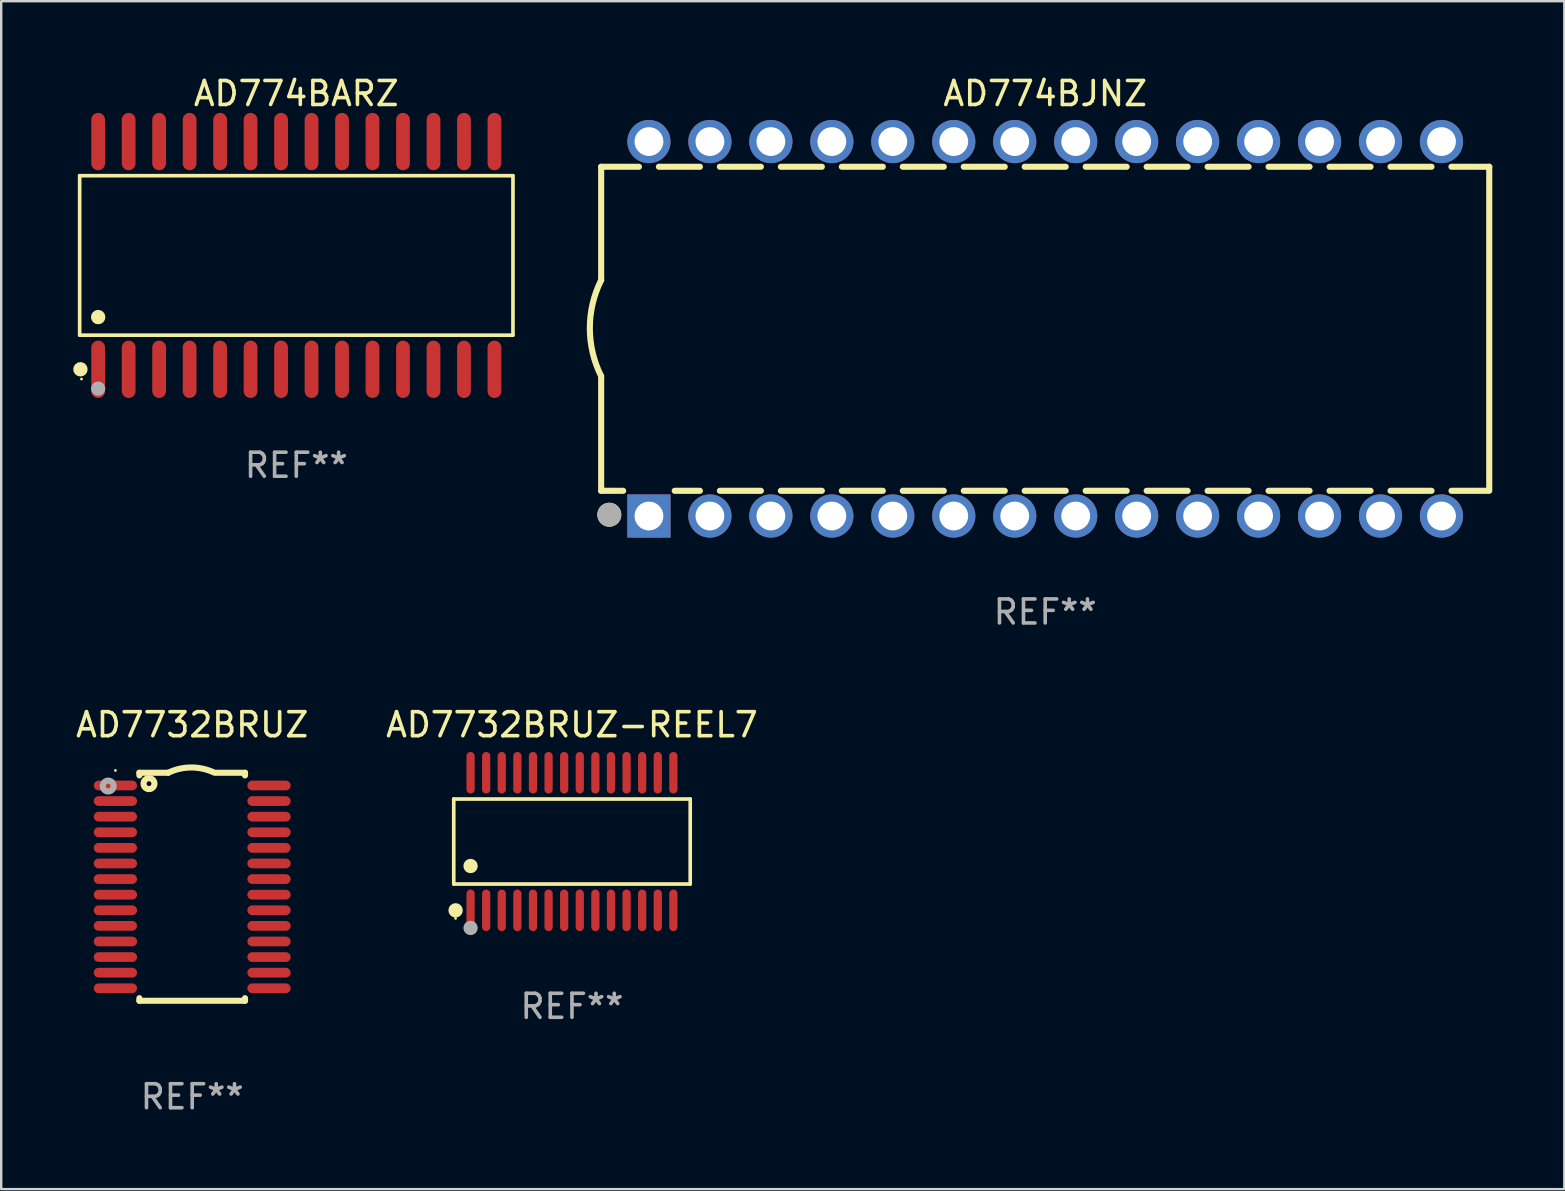
<source format=kicad_pcb>
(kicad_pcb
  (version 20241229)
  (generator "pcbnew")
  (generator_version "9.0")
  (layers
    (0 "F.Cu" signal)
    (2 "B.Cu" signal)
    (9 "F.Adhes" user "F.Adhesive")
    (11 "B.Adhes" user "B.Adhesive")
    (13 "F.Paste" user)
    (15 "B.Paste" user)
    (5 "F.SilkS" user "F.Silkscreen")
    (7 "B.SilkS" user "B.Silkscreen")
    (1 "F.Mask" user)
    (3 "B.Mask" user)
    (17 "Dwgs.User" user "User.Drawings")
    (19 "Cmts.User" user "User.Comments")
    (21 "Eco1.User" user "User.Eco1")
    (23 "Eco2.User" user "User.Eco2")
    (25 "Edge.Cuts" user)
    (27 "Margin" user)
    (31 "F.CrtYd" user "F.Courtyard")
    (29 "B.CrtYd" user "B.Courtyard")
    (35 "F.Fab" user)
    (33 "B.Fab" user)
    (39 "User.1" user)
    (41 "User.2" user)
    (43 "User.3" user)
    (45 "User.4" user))
  (footprint "AD774BJNZ"
    (layer "F.Cu")
    (at 40.496 10.648)
    (property "Reference" "AD774BJNZ" (at 0 -9.8 0) (layer "F.SilkS") (effects (font (size 1 1) (thickness 0.15))))
    (attr through_hole)
    (fp_line (start -18.5 -6.75) (end -18.5 -2.026) (stroke (width 0.254) (type solid)) (layer "F.SilkS"))
    (fp_line (start -18.5 -6.75) (end -16.926 -6.75) (stroke (width 0.254) (type solid)) (layer "F.SilkS"))
    (fp_line (start -18.5 6.75) (end -18.5 1.974) (stroke (width 0.254) (type solid)) (layer "F.SilkS"))
    (fp_line (start -18.5 6.75) (end -17.584 6.75) (stroke (width 0.254) (type solid)) (layer "F.SilkS"))
    (fp_line (start -16.094 -6.75) (end -14.386 -6.75) (stroke (width 0.254) (type solid)) (layer "F.SilkS"))
    (fp_line (start -15.436 6.75) (end -14.386 6.75) (stroke (width 0.254) (type solid)) (layer "F.SilkS"))
    (fp_line (start -13.554 -6.75) (end -11.846 -6.75) (stroke (width 0.254) (type solid)) (layer "F.SilkS"))
    (fp_line (start -13.554 6.75) (end -11.846 6.75) (stroke (width 0.254) (type solid)) (layer "F.SilkS"))
    (fp_line (start -11.014 -6.75) (end -9.306 -6.75) (stroke (width 0.254) (type solid)) (layer "F.SilkS"))
    (fp_line (start -11.014 6.75) (end -9.306 6.75) (stroke (width 0.254) (type solid)) (layer "F.SilkS"))
    (fp_line (start -8.474 -6.75) (end -6.766 -6.75) (stroke (width 0.254) (type solid)) (layer "F.SilkS"))
    (fp_line (start -8.474 6.75) (end -6.766 6.75) (stroke (width 0.254) (type solid)) (layer "F.SilkS"))
    (fp_line (start -5.934 -6.75) (end -4.226 -6.75) (stroke (width 0.254) (type solid)) (layer "F.SilkS"))
    (fp_line (start -5.934 6.75) (end -4.226 6.75) (stroke (width 0.254) (type solid)) (layer "F.SilkS"))
    (fp_line (start -3.394 -6.75) (end -1.686 -6.75) (stroke (width 0.254) (type solid)) (layer "F.SilkS"))
    (fp_line (start -3.394 6.75) (end -1.686 6.75) (stroke (width 0.254) (type solid)) (layer "F.SilkS"))
    (fp_line (start -0.854 -6.75) (end 0.854 -6.75) (stroke (width 0.254) (type solid)) (layer "F.SilkS"))
    (fp_line (start -0.854 6.75) (end 0.854 6.75) (stroke (width 0.254) (type solid)) (layer "F.SilkS"))
    (fp_line (start 1.686 -6.75) (end 3.394 -6.75) (stroke (width 0.254) (type solid)) (layer "F.SilkS"))
    (fp_line (start 1.686 6.75) (end 3.394 6.75) (stroke (width 0.254) (type solid)) (layer "F.SilkS"))
    (fp_line (start 4.226 -6.75) (end 5.934 -6.75) (stroke (width 0.254) (type solid)) (layer "F.SilkS"))
    (fp_line (start 4.226 6.75) (end 5.934 6.75) (stroke (width 0.254) (type solid)) (layer "F.SilkS"))
    (fp_line (start 6.766 -6.75) (end 8.474 -6.75) (stroke (width 0.254) (type solid)) (layer "F.SilkS"))
    (fp_line (start 6.766 6.75) (end 8.474 6.75) (stroke (width 0.254) (type solid)) (layer "F.SilkS"))
    (fp_line (start 9.306 -6.75) (end 11.014 -6.75) (stroke (width 0.254) (type solid)) (layer "F.SilkS"))
    (fp_line (start 9.306 6.75) (end 11.014 6.75) (stroke (width 0.254) (type solid)) (layer "F.SilkS"))
    (fp_line (start 11.846 -6.75) (end 13.554 -6.75) (stroke (width 0.254) (type solid)) (layer "F.SilkS"))
    (fp_line (start 11.846 6.75) (end 13.554 6.75) (stroke (width 0.254) (type solid)) (layer "F.SilkS"))
    (fp_line (start 14.386 -6.75) (end 16.094 -6.75) (stroke (width 0.254) (type solid)) (layer "F.SilkS"))
    (fp_line (start 14.386 6.75) (end 16.094 6.75) (stroke (width 0.254) (type solid)) (layer "F.SilkS"))
    (fp_line (start 16.926 -6.75) (end 18.5 -6.75) (stroke (width 0.254) (type solid)) (layer "F.SilkS"))
    (fp_line (start 16.926 6.75) (end 18.415 6.75) (stroke (width 0.254) (type solid)) (layer "F.SilkS"))
    (fp_line (start 18.5 6.75) (end 18.5 -6.75) (stroke (width 0.254) (type solid)) (layer "F.SilkS"))
    (fp_arc (start -18.500051 1.974384) (mid -18.972187 -0.025616) (end -18.500051 -2.025616) (stroke (width 0.254001) (type solid)) (layer "F.SilkS"))
    (fp_circle (center -18.5 7.8) (end -18.47 7.8) (stroke (width 0.06) (type solid)) (fill no) (layer "F.SilkS"))
    (fp_circle (center -18.161 7.747) (end -17.911 7.747) (stroke (width 0.5) (type solid)) (fill no) (layer "F.SilkS"))
    (fp_circle (center -18.161 7.747) (end -17.911 7.747) (stroke (width 0.5) (type solid)) (fill no) (layer "F.Fab"))
    (fp_text user "REF**" (at 0 11.8 0) (layer "F.Fab") (effects (font (size 1 1) (thickness 0.15))))
    (pad "1" thru_hole rect (at -16.51 7.8) (size 1.8 1.8) (drill 1.2) (layers "*.Cu" "*.Mask"))
    (pad "2" thru_hole circle (at -13.97 7.8) (size 1.8 1.8) (drill 1.2) (layers "*.Cu" "*.Mask"))
    (pad "3" thru_hole circle (at -11.43 7.8) (size 1.8 1.8) (drill 1.2) (layers "*.Cu" "*.Mask"))
    (pad "4" thru_hole circle (at -8.89 7.8) (size 1.8 1.8) (drill 1.2) (layers "*.Cu" "*.Mask"))
    (pad "5" thru_hole circle (at -6.35 7.8) (size 1.8 1.8) (drill 1.2) (layers "*.Cu" "*.Mask"))
    (pad "6" thru_hole circle (at -3.81 7.8) (size 1.8 1.8) (drill 1.2) (layers "*.Cu" "*.Mask"))
    (pad "7" thru_hole circle (at -1.27 7.8) (size 1.8 1.8) (drill 1.2) (layers "*.Cu" "*.Mask"))
    (pad "8" thru_hole circle (at 1.27 7.8) (size 1.8 1.8) (drill 1.2) (layers "*.Cu" "*.Mask"))
    (pad "9" thru_hole circle (at 3.81 7.8) (size 1.8 1.8) (drill 1.2) (layers "*.Cu" "*.Mask"))
    (pad "10" thru_hole circle (at 6.35 7.8) (size 1.8 1.8) (drill 1.2) (layers "*.Cu" "*.Mask"))
    (pad "11" thru_hole circle (at 8.89 7.8) (size 1.8 1.8) (drill 1.2) (layers "*.Cu" "*.Mask"))
    (pad "12" thru_hole circle (at 11.43 7.8) (size 1.8 1.8) (drill 1.2) (layers "*.Cu" "*.Mask"))
    (pad "13" thru_hole circle (at 13.97 7.8) (size 1.8 1.8) (drill 1.2) (layers "*.Cu" "*.Mask"))
    (pad "14" thru_hole circle (at 16.51 7.8) (size 1.8 1.8) (drill 1.2) (layers "*.Cu" "*.Mask"))
    (pad "15" thru_hole circle (at 16.51 -7.8) (size 1.8 1.8) (drill 1.2) (layers "*.Cu" "*.Mask"))
    (pad "16" thru_hole circle (at 13.97 -7.8) (size 1.8 1.8) (drill 1.2) (layers "*.Cu" "*.Mask"))
    (pad "17" thru_hole circle (at 11.43 -7.8) (size 1.8 1.8) (drill 1.2) (layers "*.Cu" "*.Mask"))
    (pad "18" thru_hole circle (at 8.89 -7.8) (size 1.8 1.8) (drill 1.2) (layers "*.Cu" "*.Mask"))
    (pad "19" thru_hole circle (at 6.35 -7.8) (size 1.8 1.8) (drill 1.2) (layers "*.Cu" "*.Mask"))
    (pad "20" thru_hole circle (at 3.81 -7.8) (size 1.8 1.8) (drill 1.2) (layers "*.Cu" "*.Mask"))
    (pad "21" thru_hole circle (at 1.27 -7.8) (size 1.8 1.8) (drill 1.2) (layers "*.Cu" "*.Mask"))
    (pad "22" thru_hole circle (at -1.27 -7.8) (size 1.8 1.8) (drill 1.2) (layers "*.Cu" "*.Mask"))
    (pad "23" thru_hole circle (at -3.81 -7.8) (size 1.8 1.8) (drill 1.2) (layers "*.Cu" "*.Mask"))
    (pad "24" thru_hole circle (at -6.35 -7.8) (size 1.8 1.8) (drill 1.2) (layers "*.Cu" "*.Mask"))
    (pad "25" thru_hole circle (at -8.89 -7.8) (size 1.8 1.8) (drill 1.2) (layers "*.Cu" "*.Mask"))
    (pad "26" thru_hole circle (at -11.43 -7.8) (size 1.8 1.8) (drill 1.2) (layers "*.Cu" "*.Mask"))
    (pad "27" thru_hole circle (at -13.97 -7.8) (size 1.8 1.8) (drill 1.2) (layers "*.Cu" "*.Mask"))
    (pad "28" thru_hole circle (at -16.51 -7.8) (size 1.8 1.8) (drill 1.2) (layers "*.Cu" "*.Mask")))
  (footprint "AD774BARZ"
    (layer "F.Cu")
    (at 9.295 7.592)
    (property "Reference" "AD774BARZ" (at 0 -6.744 0) (layer "F.SilkS") (effects (font (size 1 1) (thickness 0.15))))
    (attr through_hole)
    (fp_line (start -9.026 -3.321) (end 9.026 -3.321) (stroke (width 0.152) (type solid)) (layer "F.SilkS"))
    (fp_line (start -9.026 3.321) (end -9.026 -3.321) (stroke (width 0.152) (type solid)) (layer "F.SilkS"))
    (fp_line (start 9.026 -3.321) (end 9.026 3.321) (stroke (width 0.152) (type solid)) (layer "F.SilkS"))
    (fp_line (start 9.026 3.321) (end -9.026 3.321) (stroke (width 0.152) (type solid)) (layer "F.SilkS"))
    (fp_circle (center -8.994 4.744) (end -8.844 4.744) (stroke (width 0.3) (type solid)) (fill no) (layer "F.SilkS"))
    (fp_circle (center -8.95 5.15) (end -8.92 5.15) (stroke (width 0.06) (type solid)) (fill no) (layer "F.SilkS"))
    (fp_circle (center -8.255 2.569) (end -8.105 2.569) (stroke (width 0.3) (type solid)) (fill no) (layer "F.SilkS"))
    (fp_circle (center -8.255 5.55) (end -8.105 5.55) (stroke (width 0.3) (type solid)) (fill no) (layer "F.Fab"))
    (fp_text user "REF**" (at 0 8.744 0) (layer "F.Fab") (effects (font (size 1 1) (thickness 0.15))))
    (pad "1" smd oval (at -8.255 4.744) (size 0.574 2.388) (layers "F.Cu" "F.Mask" "F.Paste"))
    (pad "2" smd oval (at -6.985 4.744) (size 0.574 2.388) (layers "F.Cu" "F.Mask" "F.Paste"))
    (pad "3" smd oval (at -5.715 4.744) (size 0.574 2.388) (layers "F.Cu" "F.Mask" "F.Paste"))
    (pad "4" smd oval (at -4.445 4.744) (size 0.574 2.388) (layers "F.Cu" "F.Mask" "F.Paste"))
    (pad "5" smd oval (at -3.175 4.744) (size 0.574 2.388) (layers "F.Cu" "F.Mask" "F.Paste"))
    (pad "6" smd oval (at -1.905 4.744) (size 0.574 2.388) (layers "F.Cu" "F.Mask" "F.Paste"))
    (pad "7" smd oval (at -0.635 4.744) (size 0.574 2.388) (layers "F.Cu" "F.Mask" "F.Paste"))
    (pad "8" smd oval (at 0.635 4.744) (size 0.574 2.388) (layers "F.Cu" "F.Mask" "F.Paste"))
    (pad "9" smd oval (at 1.905 4.744) (size 0.574 2.388) (layers "F.Cu" "F.Mask" "F.Paste"))
    (pad "10" smd oval (at 3.175 4.744) (size 0.574 2.388) (layers "F.Cu" "F.Mask" "F.Paste"))
    (pad "11" smd oval (at 4.445 4.744) (size 0.574 2.388) (layers "F.Cu" "F.Mask" "F.Paste"))
    (pad "12" smd oval (at 5.715 4.744) (size 0.574 2.388) (layers "F.Cu" "F.Mask" "F.Paste"))
    (pad "13" smd oval (at 6.985 4.744) (size 0.574 2.388) (layers "F.Cu" "F.Mask" "F.Paste"))
    (pad "14" smd oval (at 8.255 4.744) (size 0.574 2.388) (layers "F.Cu" "F.Mask" "F.Paste"))
    (pad "15" smd oval (at 8.255 -4.744) (size 0.574 2.388) (layers "F.Cu" "F.Mask" "F.Paste"))
    (pad "16" smd oval (at 6.985 -4.744) (size 0.574 2.388) (layers "F.Cu" "F.Mask" "F.Paste"))
    (pad "17" smd oval (at 5.715 -4.744) (size 0.574 2.388) (layers "F.Cu" "F.Mask" "F.Paste"))
    (pad "18" smd oval (at 4.445 -4.744) (size 0.574 2.388) (layers "F.Cu" "F.Mask" "F.Paste"))
    (pad "19" smd oval (at 3.175 -4.744) (size 0.574 2.388) (layers "F.Cu" "F.Mask" "F.Paste"))
    (pad "20" smd oval (at 1.905 -4.744) (size 0.574 2.388) (layers "F.Cu" "F.Mask" "F.Paste"))
    (pad "21" smd oval (at 0.635 -4.744) (size 0.574 2.388) (layers "F.Cu" "F.Mask" "F.Paste"))
    (pad "22" smd oval (at -0.635 -4.744) (size 0.574 2.388) (layers "F.Cu" "F.Mask" "F.Paste"))
    (pad "23" smd oval (at -1.905 -4.744) (size 0.574 2.388) (layers "F.Cu" "F.Mask" "F.Paste"))
    (pad "24" smd oval (at -3.175 -4.744) (size 0.574 2.388) (layers "F.Cu" "F.Mask" "F.Paste"))
    (pad "25" smd oval (at -4.445 -4.744) (size 0.574 2.388) (layers "F.Cu" "F.Mask" "F.Paste"))
    (pad "26" smd oval (at -5.715 -4.744) (size 0.574 2.388) (layers "F.Cu" "F.Mask" "F.Paste"))
    (pad "27" smd oval (at -6.985 -4.744) (size 0.574 2.388) (layers "F.Cu" "F.Mask" "F.Paste"))
    (pad "28" smd oval (at -8.255 -4.744) (size 0.574 2.388) (layers "F.Cu" "F.Mask" "F.Paste")))
  (footprint "AD7732BRUZ"
    (layer "F.Cu")
    (at 4.958 33.895)
    (property "Reference" "AD7732BRUZ" (at 0 -6.75 0) (layer "F.SilkS") (effects (font (size 1 1) (thickness 0.15))))
    (attr through_hole)
    (fp_line (start -2.2 -4.75) (end -2.2 -4.641) (stroke (width 0.254) (type solid)) (layer "F.SilkS"))
    (fp_line (start -2.2 -4.75) (end -1 -4.75) (stroke (width 0.254) (type solid)) (layer "F.SilkS"))
    (fp_line (start -2.2 4.641) (end -2.2 4.75) (stroke (width 0.254) (type solid)) (layer "F.SilkS"))
    (fp_line (start -2.2 4.75) (end 2.2 4.75) (stroke (width 0.254) (type solid)) (layer "F.SilkS"))
    (fp_line (start 2.2 -4.75) (end 1 -4.75) (stroke (width 0.254) (type solid)) (layer "F.SilkS"))
    (fp_line (start 2.2 -4.75) (end 2.2 -4.641) (stroke (width 0.254) (type solid)) (layer "F.SilkS"))
    (fp_line (start 2.2 4.641) (end 2.2 4.75) (stroke (width 0.254) (type solid)) (layer "F.SilkS"))
    (fp_arc (start -1.000025 -4.750013) (mid -0.040073 -4.969719) (end 0.920777 -4.753975) (stroke (width 0.254001) (type solid)) (layer "F.SilkS"))
    (fp_circle (center -3.2 -4.846) (end -3.17 -4.846) (stroke (width 0.06) (type solid)) (fill no) (layer "F.SilkS"))
    (fp_circle (center -1.8 -4.296) (end -1.7 -4.296) (stroke (width 0.254) (type solid)) (fill no) (layer "F.SilkS"))
    (fp_circle (center -3.5 -4.196) (end -3.4 -4.196) (stroke (width 0.254) (type solid)) (fill no) (layer "F.Fab"))
    (fp_text user "REF**" (at 0 8.75 0) (layer "F.Fab") (effects (font (size 1 1) (thickness 0.15))))
    (pad "1" smd oval (at -3.2 -4.221) (size 1.803 0.406) (layers "F.Cu" "F.Mask" "F.Paste"))
    (pad "2" smd oval (at -3.2 -3.571) (size 1.803 0.406) (layers "F.Cu" "F.Mask" "F.Paste"))
    (pad "3" smd oval (at -3.2 -2.921) (size 1.803 0.406) (layers "F.Cu" "F.Mask" "F.Paste"))
    (pad "4" smd oval (at -3.2 -2.271) (size 1.803 0.406) (layers "F.Cu" "F.Mask" "F.Paste"))
    (pad "5" smd oval (at -3.2 -1.621) (size 1.803 0.406) (layers "F.Cu" "F.Mask" "F.Paste"))
    (pad "6" smd oval (at -3.2 -0.971) (size 1.803 0.406) (layers "F.Cu" "F.Mask" "F.Paste"))
    (pad "7" smd oval (at -3.2 -0.321) (size 1.803 0.406) (layers "F.Cu" "F.Mask" "F.Paste"))
    (pad "8" smd oval (at -3.2 0.329) (size 1.803 0.406) (layers "F.Cu" "F.Mask" "F.Paste"))
    (pad "9" smd oval (at -3.2 0.979) (size 1.803 0.406) (layers "F.Cu" "F.Mask" "F.Paste"))
    (pad "10" smd oval (at -3.2 1.629) (size 1.803 0.406) (layers "F.Cu" "F.Mask" "F.Paste"))
    (pad "11" smd oval (at -3.2 2.279) (size 1.803 0.406) (layers "F.Cu" "F.Mask" "F.Paste"))
    (pad "12" smd oval (at -3.2 2.929) (size 1.803 0.406) (layers "F.Cu" "F.Mask" "F.Paste"))
    (pad "13" smd oval (at -3.2 3.579) (size 1.803 0.406) (layers "F.Cu" "F.Mask" "F.Paste"))
    (pad "14" smd oval (at -3.2 4.229) (size 1.803 0.406) (layers "F.Cu" "F.Mask" "F.Paste"))
    (pad "15" smd oval (at 3.2 4.229) (size 1.803 0.406) (layers "F.Cu" "F.Mask" "F.Paste"))
    (pad "16" smd oval (at 3.2 3.579) (size 1.803 0.406) (layers "F.Cu" "F.Mask" "F.Paste"))
    (pad "17" smd oval (at 3.2 2.929) (size 1.803 0.406) (layers "F.Cu" "F.Mask" "F.Paste"))
    (pad "18" smd oval (at 3.2 2.279) (size 1.803 0.406) (layers "F.Cu" "F.Mask" "F.Paste"))
    (pad "19" smd oval (at 3.2 1.629) (size 1.803 0.406) (layers "F.Cu" "F.Mask" "F.Paste"))
    (pad "20" smd oval (at 3.2 0.979) (size 1.803 0.406) (layers "F.Cu" "F.Mask" "F.Paste"))
    (pad "21" smd oval (at 3.2 0.329) (size 1.803 0.406) (layers "F.Cu" "F.Mask" "F.Paste"))
    (pad "22" smd oval (at 3.2 -0.321) (size 1.803 0.406) (layers "F.Cu" "F.Mask" "F.Paste"))
    (pad "23" smd oval (at 3.2 -0.971) (size 1.803 0.406) (layers "F.Cu" "F.Mask" "F.Paste"))
    (pad "24" smd oval (at 3.2 -1.621) (size 1.803 0.406) (layers "F.Cu" "F.Mask" "F.Paste"))
    (pad "25" smd oval (at 3.2 -2.271) (size 1.803 0.406) (layers "F.Cu" "F.Mask" "F.Paste"))
    (pad "26" smd oval (at 3.2 -2.921) (size 1.803 0.406) (layers "F.Cu" "F.Mask" "F.Paste"))
    (pad "27" smd oval (at 3.2 -3.571) (size 1.803 0.406) (layers "F.Cu" "F.Mask" "F.Paste"))
    (pad "28" smd oval (at 3.2 -4.221) (size 1.803 0.406) (layers "F.Cu" "F.Mask" "F.Paste")))
  (footprint "AD7732BRUZ-REEL7"
    (layer "F.Cu")
    (at 20.78 32.011)
    (property "Reference" "AD7732BRUZ-REEL7" (at 0 -4.866 0) (layer "F.SilkS") (effects (font (size 1 1) (thickness 0.15))))
    (attr through_hole)
    (fp_line (start -4.926 -1.772) (end 4.926 -1.772) (stroke (width 0.152) (type solid)) (layer "F.SilkS"))
    (fp_line (start -4.926 1.771) (end -4.926 -1.772) (stroke (width 0.152) (type solid)) (layer "F.SilkS"))
    (fp_line (start 4.926 -1.772) (end 4.926 1.771) (stroke (width 0.152) (type solid)) (layer "F.SilkS"))
    (fp_line (start 4.926 1.771) (end -4.926 1.771) (stroke (width 0.152) (type solid)) (layer "F.SilkS"))
    (fp_circle (center -4.85 3.2) (end -4.82 3.2) (stroke (width 0.06) (type solid)) (fill no) (layer "F.SilkS"))
    (fp_circle (center -4.849 2.866) (end -4.699 2.866) (stroke (width 0.3) (type solid)) (fill no) (layer "F.SilkS"))
    (fp_circle (center -4.225 1.019) (end -4.075 1.019) (stroke (width 0.3) (type solid)) (fill no) (layer "F.SilkS"))
    (fp_circle (center -4.225 3.6) (end -4.075 3.6) (stroke (width 0.3) (type solid)) (fill no) (layer "F.Fab"))
    (fp_text user "REF**" (at 0 6.866 0) (layer "F.Fab") (effects (font (size 1 1) (thickness 0.15))))
    (pad "1" smd oval (at -4.225 2.866) (size 0.343 1.731) (layers "F.Cu" "F.Mask" "F.Paste"))
    (pad "2" smd oval (at -3.575 2.866) (size 0.343 1.731) (layers "F.Cu" "F.Mask" "F.Paste"))
    (pad "3" smd oval (at -2.925 2.866) (size 0.343 1.731) (layers "F.Cu" "F.Mask" "F.Paste"))
    (pad "4" smd oval (at -2.275 2.866) (size 0.343 1.731) (layers "F.Cu" "F.Mask" "F.Paste"))
    (pad "5" smd oval (at -1.625 2.866) (size 0.343 1.731) (layers "F.Cu" "F.Mask" "F.Paste"))
    (pad "6" smd oval (at -0.975 2.866) (size 0.343 1.731) (layers "F.Cu" "F.Mask" "F.Paste"))
    (pad "7" smd oval (at -0.325 2.866) (size 0.343 1.731) (layers "F.Cu" "F.Mask" "F.Paste"))
    (pad "8" smd oval (at 0.325 2.866) (size 0.343 1.731) (layers "F.Cu" "F.Mask" "F.Paste"))
    (pad "9" smd oval (at 0.975 2.866) (size 0.343 1.731) (layers "F.Cu" "F.Mask" "F.Paste"))
    (pad "10" smd oval (at 1.625 2.866) (size 0.343 1.731) (layers "F.Cu" "F.Mask" "F.Paste"))
    (pad "11" smd oval (at 2.275 2.866) (size 0.343 1.731) (layers "F.Cu" "F.Mask" "F.Paste"))
    (pad "12" smd oval (at 2.925 2.866) (size 0.343 1.731) (layers "F.Cu" "F.Mask" "F.Paste"))
    (pad "13" smd oval (at 3.575 2.866) (size 0.343 1.731) (layers "F.Cu" "F.Mask" "F.Paste"))
    (pad "14" smd oval (at 4.225 2.866) (size 0.343 1.731) (layers "F.Cu" "F.Mask" "F.Paste"))
    (pad "15" smd oval (at 4.225 -2.866) (size 0.343 1.731) (layers "F.Cu" "F.Mask" "F.Paste"))
    (pad "16" smd oval (at 3.575 -2.866) (size 0.343 1.731) (layers "F.Cu" "F.Mask" "F.Paste"))
    (pad "17" smd oval (at 2.925 -2.866) (size 0.343 1.731) (layers "F.Cu" "F.Mask" "F.Paste"))
    (pad "18" smd oval (at 2.275 -2.866) (size 0.343 1.731) (layers "F.Cu" "F.Mask" "F.Paste"))
    (pad "19" smd oval (at 1.625 -2.866) (size 0.343 1.731) (layers "F.Cu" "F.Mask" "F.Paste"))
    (pad "20" smd oval (at 0.975 -2.866) (size 0.343 1.731) (layers "F.Cu" "F.Mask" "F.Paste"))
    (pad "21" smd oval (at 0.325 -2.866) (size 0.343 1.731) (layers "F.Cu" "F.Mask" "F.Paste"))
    (pad "22" smd oval (at -0.325 -2.866) (size 0.343 1.731) (layers "F.Cu" "F.Mask" "F.Paste"))
    (pad "23" smd oval (at -0.975 -2.866) (size 0.343 1.731) (layers "F.Cu" "F.Mask" "F.Paste"))
    (pad "24" smd oval (at -1.625 -2.866) (size 0.343 1.731) (layers "F.Cu" "F.Mask" "F.Paste"))
    (pad "25" smd oval (at -2.275 -2.866) (size 0.343 1.731) (layers "F.Cu" "F.Mask" "F.Paste"))
    (pad "26" smd oval (at -2.925 -2.866) (size 0.343 1.731) (layers "F.Cu" "F.Mask" "F.Paste"))
    (pad "27" smd oval (at -3.575 -2.866) (size 0.343 1.731) (layers "F.Cu" "F.Mask" "F.Paste"))
    (pad "28" smd oval (at -4.225 -2.866) (size 0.343 1.731) (layers "F.Cu" "F.Mask" "F.Paste")))
  (gr_rect
    (start -3 -3)
    (end 62.123 46.493)
    (stroke (width 0.1) (type default))
    (fill no)
    (layer "Edge.Cuts")))
</source>
